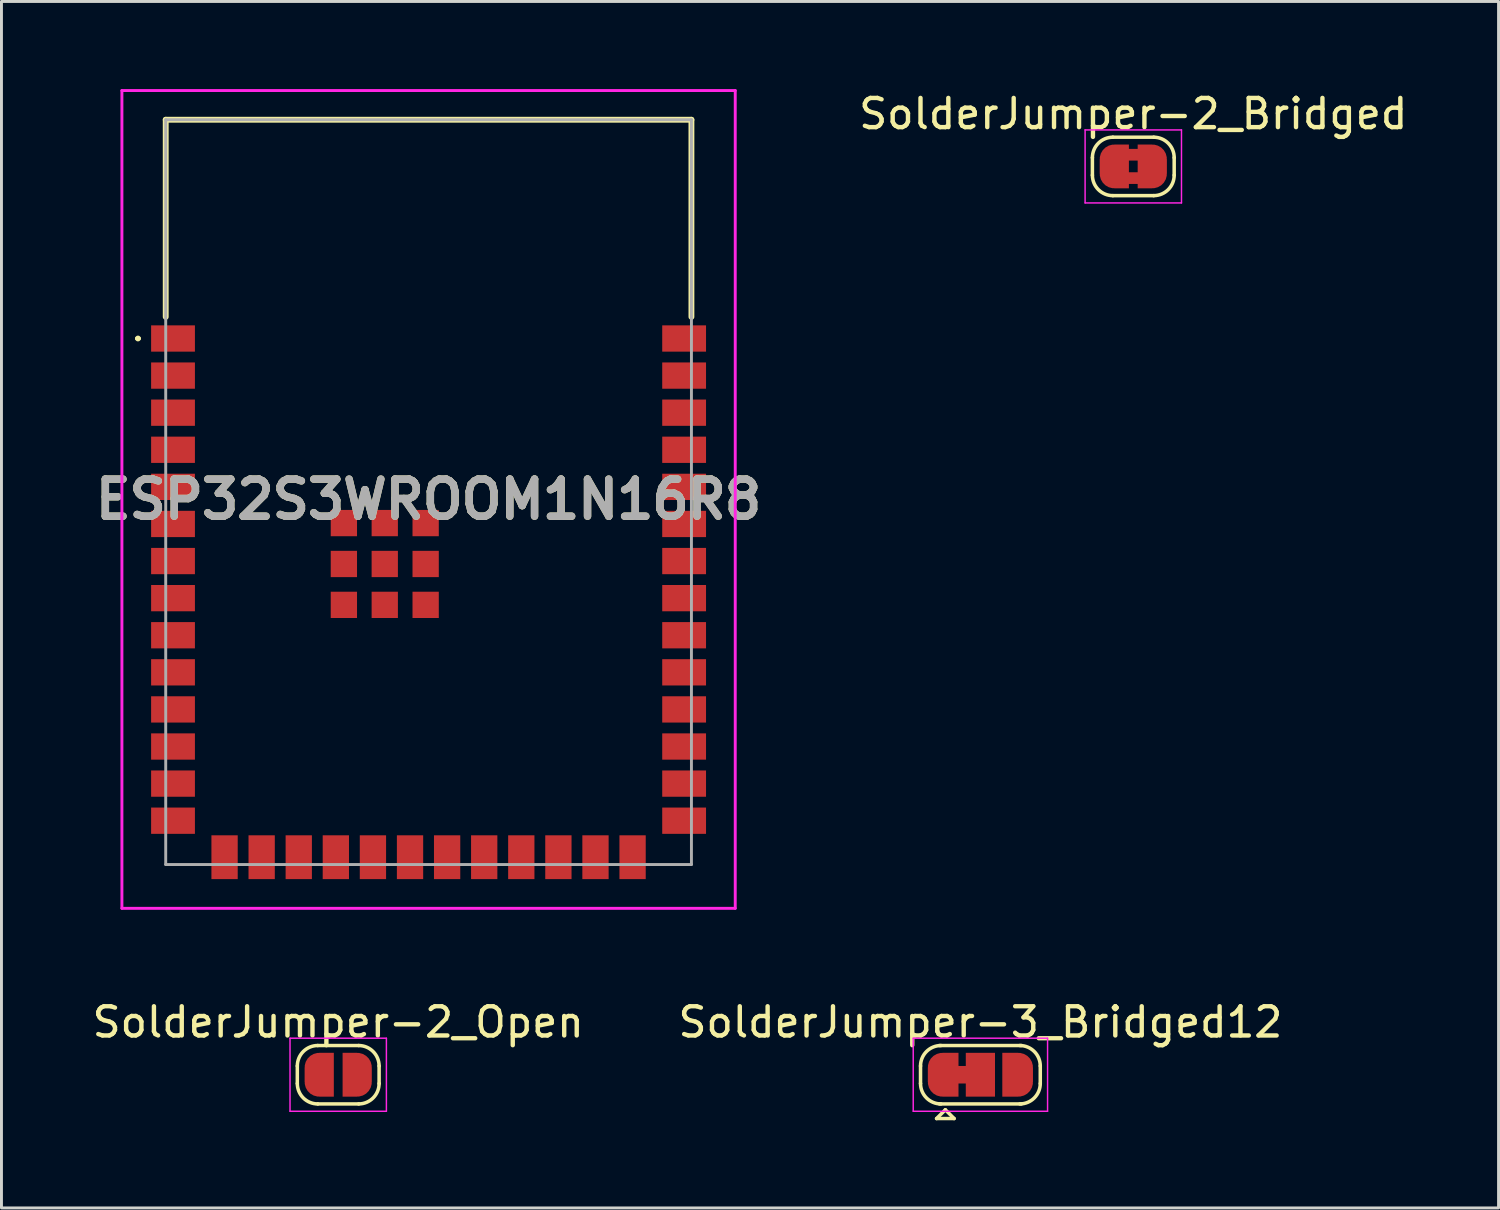
<source format=kicad_pcb>
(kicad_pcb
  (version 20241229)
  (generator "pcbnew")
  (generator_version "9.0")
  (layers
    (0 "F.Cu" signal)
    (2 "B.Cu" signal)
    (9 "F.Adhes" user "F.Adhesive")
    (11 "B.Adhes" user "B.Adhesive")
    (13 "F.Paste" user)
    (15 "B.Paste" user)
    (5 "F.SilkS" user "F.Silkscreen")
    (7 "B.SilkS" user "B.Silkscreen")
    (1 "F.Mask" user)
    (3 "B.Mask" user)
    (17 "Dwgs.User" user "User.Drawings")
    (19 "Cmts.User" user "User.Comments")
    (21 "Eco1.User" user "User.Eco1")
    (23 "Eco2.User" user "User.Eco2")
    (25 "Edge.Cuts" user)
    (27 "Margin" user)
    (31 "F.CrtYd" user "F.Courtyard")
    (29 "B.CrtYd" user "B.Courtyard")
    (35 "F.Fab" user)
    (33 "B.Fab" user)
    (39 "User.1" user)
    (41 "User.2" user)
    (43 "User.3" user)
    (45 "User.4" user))
  (footprint "ESP32S3WROOM1N16R8"
    (layer "F.Cu")
    (at 11.624 13.8)
    (property "Reference" "ESP32S3WROOM1N16R8" (at 0 0.25 0) (layer "F.SilkS") (effects (font (size 1.27 1.27) (thickness 0.254))))
    (attr smd)
    (fp_line (start -10 -5.26) (end -10 -5.26) (stroke (width 0.1) (type solid)) (layer "F.SilkS"))
    (fp_line (start -9.9 -5.26) (end -9.9 -5.26) (stroke (width 0.1) (type solid)) (layer "F.SilkS"))
    (fp_line (start -9 -12.75) (end 9 -12.75) (stroke (width 0.2) (type solid)) (layer "F.SilkS"))
    (fp_line (start -9 -6) (end -9 -12.75) (stroke (width 0.2) (type solid)) (layer "F.SilkS"))
    (fp_line (start 9 -12.75) (end 9 -6) (stroke (width 0.2) (type solid)) (layer "F.SilkS"))
    (fp_arc (start -10 -5.26) (mid -9.95 -5.31) (end -9.9 -5.26) (stroke (width 0.1) (type solid)) (layer "F.SilkS"))
    (fp_arc (start -9.9 -5.26) (mid -9.95 -5.21) (end -10 -5.26) (stroke (width 0.1) (type solid)) (layer "F.SilkS"))
    (fp_line (start -10.5 -13.75) (end 10.5 -13.75) (stroke (width 0.1) (type solid)) (layer "F.CrtYd"))
    (fp_line (start -10.5 14.25) (end -10.5 -13.75) (stroke (width 0.1) (type solid)) (layer "F.CrtYd"))
    (fp_line (start 10.5 -13.75) (end 10.5 14.25) (stroke (width 0.1) (type solid)) (layer "F.CrtYd"))
    (fp_line (start 10.5 14.25) (end -10.5 14.25) (stroke (width 0.1) (type solid)) (layer "F.CrtYd"))
    (fp_line (start -9 -12.75) (end 9 -12.75) (stroke (width 0.1) (type solid)) (layer "F.Fab"))
    (fp_line (start -9 12.75) (end -9 -12.75) (stroke (width 0.1) (type solid)) (layer "F.Fab"))
    (fp_line (start 9 -12.75) (end 9 12.75) (stroke (width 0.1) (type solid)) (layer "F.Fab"))
    (fp_line (start 9 12.75) (end -9 12.75) (stroke (width 0.1) (type solid)) (layer "F.Fab"))
    (fp_text user "${REFERENCE}" (at 0 0.25 0) (layer "F.Fab") (effects (font (size 1.27 1.27) (thickness 0.254))))
    (pad "1" smd rect (at -8.75 -5.26 90) (size 0.9 1.5) (layers "F.Cu" "F.Mask" "F.Paste"))
    (pad "2" smd rect (at -8.75 -3.99 90) (size 0.9 1.5) (layers "F.Cu" "F.Mask" "F.Paste"))
    (pad "3" smd rect (at -8.75 -2.72 90) (size 0.9 1.5) (layers "F.Cu" "F.Mask" "F.Paste"))
    (pad "4" smd rect (at -8.75 -1.45 90) (size 0.9 1.5) (layers "F.Cu" "F.Mask" "F.Paste"))
    (pad "5" smd rect (at -8.75 -0.18 90) (size 0.9 1.5) (layers "F.Cu" "F.Mask" "F.Paste"))
    (pad "6" smd rect (at -8.75 1.09 90) (size 0.9 1.5) (layers "F.Cu" "F.Mask" "F.Paste"))
    (pad "7" smd rect (at -8.75 2.36 90) (size 0.9 1.5) (layers "F.Cu" "F.Mask" "F.Paste"))
    (pad "8" smd rect (at -8.75 3.63 90) (size 0.9 1.5) (layers "F.Cu" "F.Mask" "F.Paste"))
    (pad "9" smd rect (at -8.75 4.9 90) (size 0.9 1.5) (layers "F.Cu" "F.Mask" "F.Paste"))
    (pad "10" smd rect (at -8.75 6.17 90) (size 0.9 1.5) (layers "F.Cu" "F.Mask" "F.Paste"))
    (pad "11" smd rect (at -8.75 7.44 90) (size 0.9 1.5) (layers "F.Cu" "F.Mask" "F.Paste"))
    (pad "12" smd rect (at -8.75 8.71 90) (size 0.9 1.5) (layers "F.Cu" "F.Mask" "F.Paste"))
    (pad "13" smd rect (at -8.75 9.98 90) (size 0.9 1.5) (layers "F.Cu" "F.Mask" "F.Paste"))
    (pad "14" smd rect (at -8.75 11.25 90) (size 0.9 1.5) (layers "F.Cu" "F.Mask" "F.Paste"))
    (pad "15" smd rect (at -6.985 12.5) (size 0.9 1.5) (layers "F.Cu" "F.Mask" "F.Paste"))
    (pad "16" smd rect (at -5.715 12.5) (size 0.9 1.5) (layers "F.Cu" "F.Mask" "F.Paste"))
    (pad "17" smd rect (at -4.445 12.5) (size 0.9 1.5) (layers "F.Cu" "F.Mask" "F.Paste"))
    (pad "18" smd rect (at -3.175 12.5) (size 0.9 1.5) (layers "F.Cu" "F.Mask" "F.Paste"))
    (pad "19" smd rect (at -1.905 12.5) (size 0.9 1.5) (layers "F.Cu" "F.Mask" "F.Paste"))
    (pad "20" smd rect (at -0.635 12.5) (size 0.9 1.5) (layers "F.Cu" "F.Mask" "F.Paste"))
    (pad "21" smd rect (at 0.635 12.5) (size 0.9 1.5) (layers "F.Cu" "F.Mask" "F.Paste"))
    (pad "22" smd rect (at 1.905 12.5) (size 0.9 1.5) (layers "F.Cu" "F.Mask" "F.Paste"))
    (pad "23" smd rect (at 3.175 12.5) (size 0.9 1.5) (layers "F.Cu" "F.Mask" "F.Paste"))
    (pad "24" smd rect (at 4.445 12.5) (size 0.9 1.5) (layers "F.Cu" "F.Mask" "F.Paste"))
    (pad "25" smd rect (at 5.715 12.5) (size 0.9 1.5) (layers "F.Cu" "F.Mask" "F.Paste"))
    (pad "26" smd rect (at 6.985 12.5) (size 0.9 1.5) (layers "F.Cu" "F.Mask" "F.Paste"))
    (pad "27" smd rect (at 8.75 11.25 90) (size 0.9 1.5) (layers "F.Cu" "F.Mask" "F.Paste"))
    (pad "28" smd rect (at 8.75 9.98 90) (size 0.9 1.5) (layers "F.Cu" "F.Mask" "F.Paste"))
    (pad "29" smd rect (at 8.75 8.71 90) (size 0.9 1.5) (layers "F.Cu" "F.Mask" "F.Paste"))
    (pad "30" smd rect (at 8.75 7.44 90) (size 0.9 1.5) (layers "F.Cu" "F.Mask" "F.Paste"))
    (pad "31" smd rect (at 8.75 6.17 90) (size 0.9 1.5) (layers "F.Cu" "F.Mask" "F.Paste"))
    (pad "32" smd rect (at 8.75 4.9 90) (size 0.9 1.5) (layers "F.Cu" "F.Mask" "F.Paste"))
    (pad "33" smd rect (at 8.75 3.63 90) (size 0.9 1.5) (layers "F.Cu" "F.Mask" "F.Paste"))
    (pad "34" smd rect (at 8.75 2.36 90) (size 0.9 1.5) (layers "F.Cu" "F.Mask" "F.Paste"))
    (pad "35" smd rect (at 8.75 1.09 90) (size 0.9 1.5) (layers "F.Cu" "F.Mask" "F.Paste"))
    (pad "36" smd rect (at 8.75 -0.18 90) (size 0.9 1.5) (layers "F.Cu" "F.Mask" "F.Paste"))
    (pad "37" smd rect (at 8.75 -1.45 90) (size 0.9 1.5) (layers "F.Cu" "F.Mask" "F.Paste"))
    (pad "38" smd rect (at 8.75 -2.72 90) (size 0.9 1.5) (layers "F.Cu" "F.Mask" "F.Paste"))
    (pad "39" smd rect (at 8.75 -3.99 90) (size 0.9 1.5) (layers "F.Cu" "F.Mask" "F.Paste"))
    (pad "40" smd rect (at 8.75 -5.26 90) (size 0.9 1.5) (layers "F.Cu" "F.Mask" "F.Paste"))
    (pad "41" smd rect (at -1.5 2.46) (size 0.9 0.9) (layers "F.Cu" "F.Mask" "F.Paste"))
    (pad "42" smd rect (at -2.9 1.06) (size 0.9 0.9) (layers "F.Cu" "F.Mask" "F.Paste"))
    (pad "43" smd rect (at -2.9 2.46) (size 0.9 0.9) (layers "F.Cu" "F.Mask" "F.Paste"))
    (pad "44" smd rect (at -2.9 3.86) (size 0.9 0.9) (layers "F.Cu" "F.Mask" "F.Paste"))
    (pad "45" smd rect (at -1.5 3.86) (size 0.9 0.9) (layers "F.Cu" "F.Mask" "F.Paste"))
    (pad "46" smd rect (at -0.1 3.86) (size 0.9 0.9) (layers "F.Cu" "F.Mask" "F.Paste"))
    (pad "47" smd rect (at -0.1 2.46) (size 0.9 0.9) (layers "F.Cu" "F.Mask" "F.Paste"))
    (pad "48" smd rect (at -0.1 1.06) (size 0.9 0.9) (layers "F.Cu" "F.Mask" "F.Paste"))
    (pad "49" smd rect (at -1.5 1.06) (size 0.9 0.9) (layers "F.Cu" "F.Mask" "F.Paste")))
  (footprint "SolderJumper-2_Bridged"
    (layer "F.Cu")
    (at 35.753 2.648)
    (property "Reference" "SolderJumper-2_Bridged" (at 0 -1.8 0) (layer "F.SilkS") (effects (font (size 1 1) (thickness 0.15))))
    (attr exclude_from_pos_files exclude_from_bom)
    (fp_poly (pts (xy -0.25 -0.6) (xy 0.25 -0.6) (xy 0.25 -0.2) (xy -0.25 -0.2)) (stroke (width 0) (type solid)) (fill yes) (layer "F.Cu"))
    (fp_poly (pts (xy -0.25 0.2) (xy 0.25 0.2) (xy 0.25 0.6) (xy -0.25 0.6)) (stroke (width 0) (type solid)) (fill yes) (layer "F.Cu"))
    (fp_line (start -1.4 0.3) (end -1.4 -0.3) (stroke (width 0.12) (type solid)) (layer "F.SilkS"))
    (fp_line (start -0.7 -1) (end 0.7 -1) (stroke (width 0.12) (type solid)) (layer "F.SilkS"))
    (fp_line (start 0.7 1) (end -0.7 1) (stroke (width 0.12) (type solid)) (layer "F.SilkS"))
    (fp_line (start 1.4 -0.3) (end 1.4 0.3) (stroke (width 0.12) (type solid)) (layer "F.SilkS"))
    (fp_arc (start -1.4 -0.3) (mid -1.194975 -0.794975) (end -0.7 -1) (stroke (width 0.12) (type solid)) (layer "F.SilkS"))
    (fp_arc (start -0.7 1) (mid -1.194975 0.794975) (end -1.4 0.3) (stroke (width 0.12) (type solid)) (layer "F.SilkS"))
    (fp_arc (start 0.7 -1) (mid 1.194975 -0.794975) (end 1.4 -0.3) (stroke (width 0.12) (type solid)) (layer "F.SilkS"))
    (fp_arc (start 1.4 0.3) (mid 1.194975 0.794975) (end 0.7 1) (stroke (width 0.12) (type solid)) (layer "F.SilkS"))
    (fp_line (start -1.65 -1.25) (end -1.65 1.25) (stroke (width 0.05) (type solid)) (layer "F.CrtYd"))
    (fp_line (start -1.65 -1.25) (end 1.65 -1.25) (stroke (width 0.05) (type solid)) (layer "F.CrtYd"))
    (fp_line (start 1.65 1.25) (end -1.65 1.25) (stroke (width 0.05) (type solid)) (layer "F.CrtYd"))
    (fp_line (start 1.65 1.25) (end 1.65 -1.25) (stroke (width 0.05) (type solid)) (layer "F.CrtYd"))
    (pad "1" smd custom (at -0.65 0) (size 1 0.5) (layers "F.Cu" "F.Mask") (options (anchor rect)) (primitives (gr_circle (center 0 0.25) (end 0.5 0.25) (width 0) (fill yes)) (gr_circle (center 0 -0.25) (end 0.5 -0.25) (width 0) (fill yes)) (gr_poly (pts (xy 0.5 0.75) (xy 0 0.75) (xy 0 -0.75) (xy 0.5 -0.75)) (width 0) (fill yes))))
    (pad "2" smd custom (at 0.65 0) (size 1 0.5) (layers "F.Cu" "F.Mask") (options (anchor rect)) (primitives (gr_circle (center 0 0.25) (end 0.5 0.25) (width 0) (fill yes)) (gr_circle (center 0 -0.25) (end 0.5 -0.25) (width 0) (fill yes)) (gr_poly (pts (xy 0 0.75) (xy -0.5 0.75) (xy -0.5 -0.75) (xy 0 -0.75)) (width 0) (fill yes)))))
  (footprint "SolderJumper-2_Open"
    (layer "F.Cu")
    (at 8.53 33.748)
    (property "Reference" "SolderJumper-2_Open" (at 0 -1.8 0) (layer "F.SilkS") (effects (font (size 1 1) (thickness 0.15))))
    (attr exclude_from_pos_files exclude_from_bom)
    (fp_line (start -1.4 0.3) (end -1.4 -0.3) (stroke (width 0.12) (type solid)) (layer "F.SilkS"))
    (fp_line (start -0.7 -1) (end 0.7 -1) (stroke (width 0.12) (type solid)) (layer "F.SilkS"))
    (fp_line (start 0.7 1) (end -0.7 1) (stroke (width 0.12) (type solid)) (layer "F.SilkS"))
    (fp_line (start 1.4 -0.3) (end 1.4 0.3) (stroke (width 0.12) (type solid)) (layer "F.SilkS"))
    (fp_arc (start -1.4 -0.3) (mid -1.194975 -0.794975) (end -0.7 -1) (stroke (width 0.12) (type solid)) (layer "F.SilkS"))
    (fp_arc (start -0.7 1) (mid -1.194975 0.794975) (end -1.4 0.3) (stroke (width 0.12) (type solid)) (layer "F.SilkS"))
    (fp_arc (start 0.7 -1) (mid 1.194975 -0.794975) (end 1.4 -0.3) (stroke (width 0.12) (type solid)) (layer "F.SilkS"))
    (fp_arc (start 1.4 0.3) (mid 1.194975 0.794975) (end 0.7 1) (stroke (width 0.12) (type solid)) (layer "F.SilkS"))
    (fp_line (start -1.65 -1.25) (end -1.65 1.25) (stroke (width 0.05) (type solid)) (layer "F.CrtYd"))
    (fp_line (start -1.65 -1.25) (end 1.65 -1.25) (stroke (width 0.05) (type solid)) (layer "F.CrtYd"))
    (fp_line (start 1.65 1.25) (end -1.65 1.25) (stroke (width 0.05) (type solid)) (layer "F.CrtYd"))
    (fp_line (start 1.65 1.25) (end 1.65 -1.25) (stroke (width 0.05) (type solid)) (layer "F.CrtYd"))
    (pad "1" smd custom (at -0.65 0) (size 1 0.5) (layers "F.Cu" "F.Mask") (options (anchor rect)) (primitives (gr_circle (center 0 0.25) (end 0.5 0.25) (width 0) (fill yes)) (gr_circle (center 0 -0.25) (end 0.5 -0.25) (width 0) (fill yes)) (gr_poly (pts (xy 0.5 0.75) (xy 0 0.75) (xy 0 -0.75) (xy 0.5 -0.75)) (width 0) (fill yes))))
    (pad "2" smd custom (at 0.65 0) (size 1 0.5) (layers "F.Cu" "F.Mask") (options (anchor rect)) (primitives (gr_circle (center 0 0.25) (end 0.5 0.25) (width 0) (fill yes)) (gr_circle (center 0 -0.25) (end 0.5 -0.25) (width 0) (fill yes)) (gr_poly (pts (xy 0 0.75) (xy -0.5 0.75) (xy -0.5 -0.75) (xy 0 -0.75)) (width 0) (fill yes)))))
  (footprint "SolderJumper-3_Bridged12"
    (layer "F.Cu")
    (at 30.518 33.748)
    (property "Reference" "SolderJumper-3_Bridged12" (at 0 -1.8 0) (layer "F.SilkS") (effects (font (size 1 1) (thickness 0.15))))
    (attr exclude_from_pos_files exclude_from_bom)
    (fp_poly (pts (xy -0.9 -0.3) (xy -0.4 -0.3) (xy -0.4 0.3) (xy -0.9 0.3)) (stroke (width 0) (type solid)) (fill yes) (layer "F.Cu"))
    (fp_line (start -2.05 0.3) (end -2.05 -0.3) (stroke (width 0.12) (type solid)) (layer "F.SilkS"))
    (fp_line (start -1.5 1.5) (end -0.9 1.5) (stroke (width 0.12) (type solid)) (layer "F.SilkS"))
    (fp_line (start -1.4 -1) (end 1.4 -1) (stroke (width 0.12) (type solid)) (layer "F.SilkS"))
    (fp_line (start -1.2 1.2) (end -1.5 1.5) (stroke (width 0.12) (type solid)) (layer "F.SilkS"))
    (fp_line (start -1.2 1.2) (end -0.9 1.5) (stroke (width 0.12) (type solid)) (layer "F.SilkS"))
    (fp_line (start 1.4 1) (end -1.4 1) (stroke (width 0.12) (type solid)) (layer "F.SilkS"))
    (fp_line (start 2.05 -0.3) (end 2.05 0.3) (stroke (width 0.12) (type solid)) (layer "F.SilkS"))
    (fp_arc (start -2.05 -0.3) (mid -1.844975 -0.794975) (end -1.35 -1) (stroke (width 0.12) (type solid)) (layer "F.SilkS"))
    (fp_arc (start -1.35 1) (mid -1.844975 0.794975) (end -2.05 0.3) (stroke (width 0.12) (type solid)) (layer "F.SilkS"))
    (fp_arc (start 1.35 -1) (mid 1.844975 -0.794975) (end 2.05 -0.3) (stroke (width 0.12) (type solid)) (layer "F.SilkS"))
    (fp_arc (start 2.05 0.3) (mid 1.844975 0.794975) (end 1.35 1) (stroke (width 0.12) (type solid)) (layer "F.SilkS"))
    (fp_line (start -2.3 -1.25) (end -2.3 1.25) (stroke (width 0.05) (type solid)) (layer "F.CrtYd"))
    (fp_line (start -2.3 -1.25) (end 2.3 -1.25) (stroke (width 0.05) (type solid)) (layer "F.CrtYd"))
    (fp_line (start 2.3 1.25) (end -2.3 1.25) (stroke (width 0.05) (type solid)) (layer "F.CrtYd"))
    (fp_line (start 2.3 1.25) (end 2.3 -1.25) (stroke (width 0.05) (type solid)) (layer "F.CrtYd"))
    (pad "1" smd custom (at -1.3 0) (size 1 0.5) (layers "F.Cu" "F.Mask") (options (anchor rect)) (primitives (gr_circle (center 0 0.25) (end 0.5 0.25) (width 0) (fill yes)) (gr_circle (center 0 -0.25) (end 0.5 -0.25) (width 0) (fill yes)) (gr_poly (pts (xy 0.55 0.75) (xy 0 0.75) (xy 0 -0.75) (xy 0.55 -0.75)) (width 0) (fill yes))))
    (pad "2" smd rect (at 0 0) (size 1 1.5) (layers "F.Cu" "F.Mask"))
    (pad "3" smd custom (at 1.3 0) (size 1 0.5) (layers "F.Cu" "F.Mask") (options (anchor rect)) (primitives (gr_circle (center 0 0.25) (end 0.5 0.25) (width 0) (fill yes)) (gr_circle (center 0 -0.25) (end 0.5 -0.25) (width 0) (fill yes)) (gr_poly (pts (xy 0 0.75) (xy -0.55 0.75) (xy -0.55 -0.75) (xy 0 -0.75)) (width 0) (fill yes)))))
  (gr_rect
    (start -3 -3)
    (end 48.259 38.308)
    (stroke (width 0.1) (type default))
    (fill no)
    (layer "Edge.Cuts")))
</source>
